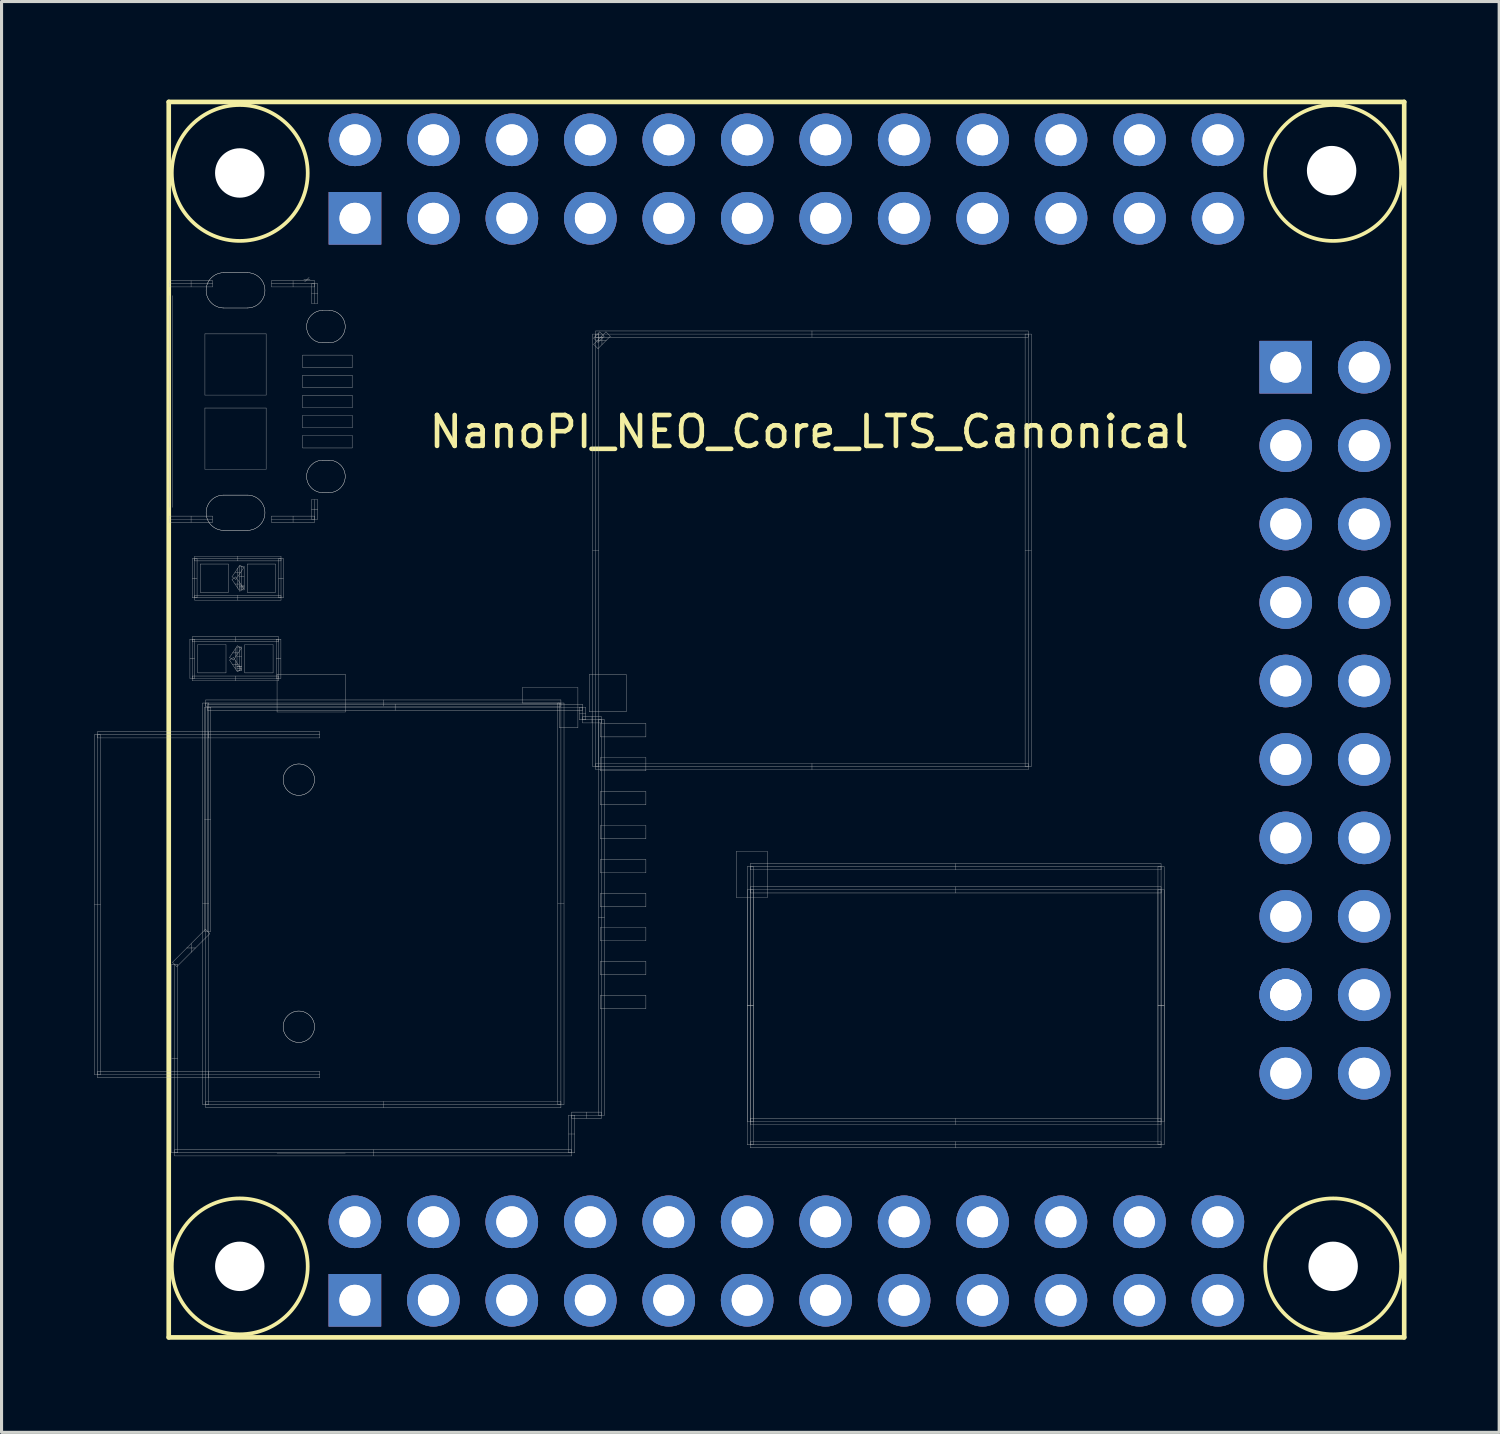
<source format=kicad_pcb>
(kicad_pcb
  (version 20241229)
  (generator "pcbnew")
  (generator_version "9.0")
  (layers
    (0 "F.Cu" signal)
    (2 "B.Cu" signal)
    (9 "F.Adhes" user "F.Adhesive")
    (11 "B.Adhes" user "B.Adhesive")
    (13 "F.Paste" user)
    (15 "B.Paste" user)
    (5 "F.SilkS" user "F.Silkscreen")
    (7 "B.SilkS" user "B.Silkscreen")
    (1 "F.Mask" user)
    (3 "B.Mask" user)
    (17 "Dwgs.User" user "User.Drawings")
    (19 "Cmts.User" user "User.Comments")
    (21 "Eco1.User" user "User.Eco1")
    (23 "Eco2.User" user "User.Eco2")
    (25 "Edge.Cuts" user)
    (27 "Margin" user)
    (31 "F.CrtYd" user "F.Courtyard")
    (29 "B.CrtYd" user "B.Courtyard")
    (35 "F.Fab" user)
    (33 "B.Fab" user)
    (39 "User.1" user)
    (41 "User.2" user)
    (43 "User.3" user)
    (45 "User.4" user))
  (footprint "NanoPI_NEO_Core_LTS_Canonical"
    (layer "F.Cu")
    (at 2.413 0.25)
    (property "Reference" "NanoPI_NEO_Core_LTS_Canonical" (at 20.734 10.681 0) (layer "F.SilkS") (effects (font (size 1 1) (thickness 0.15))))
    (attr through_hole)
    (fp_line (start 0 0) (end 40 0) (stroke (width 0.15) (type solid)) (layer "F.SilkS"))
    (fp_line (start 0 40) (end 0 0) (stroke (width 0.15) (type solid)) (layer "F.SilkS"))
    (fp_line (start 40 0) (end 40 40) (stroke (width 0.15) (type solid)) (layer "F.SilkS"))
    (fp_line (start 40 40) (end 0 40) (stroke (width 0.15) (type solid)) (layer "F.SilkS"))
    (fp_circle (center 2.3 2.3) (end 2.3 0.1) (stroke (width 0.12) (type solid)) (fill no) (layer "F.SilkS"))
    (fp_circle (center 2.3 37.7) (end 2.3 35.5) (stroke (width 0.12) (type solid)) (fill no) (layer "F.SilkS"))
    (fp_circle (center 37.7 2.3) (end 37.7 0.1) (stroke (width 0.12) (type solid)) (fill no) (layer "F.SilkS"))
    (fp_circle (center 37.7 37.7) (end 37.7 35.5) (stroke (width 0.12) (type solid)) (fill no) (layer "F.SilkS"))
    (fp_line (start -2.408 20.492) (end -2.408 31.492) (stroke (width 0.01) (type solid)) (layer "Dwgs.User"))
    (fp_line (start -2.408 31.492) (end -2.208 31.492) (stroke (width 0.01) (type solid)) (layer "Dwgs.User"))
    (fp_line (start -2.308 20.392) (end -2.308 20.592) (stroke (width 0.01) (type solid)) (layer "Dwgs.User"))
    (fp_line (start -2.308 20.592) (end 4.892 20.592) (stroke (width 0.01) (type solid)) (layer "Dwgs.User"))
    (fp_line (start -2.308 31.392) (end -2.308 31.592) (stroke (width 0.01) (type solid)) (layer "Dwgs.User"))
    (fp_line (start -2.308 31.492) (end -2.308 20.492) (stroke (width 0.01) (type solid)) (layer "Dwgs.User"))
    (fp_line (start -2.308 31.592) (end 4.892 31.592) (stroke (width 0.01) (type solid)) (layer "Dwgs.User"))
    (fp_line (start -2.208 20.492) (end -2.408 20.492) (stroke (width 0.01) (type solid)) (layer "Dwgs.User"))
    (fp_line (start -2.208 25.992) (end -2.408 25.992) (stroke (width 0.01) (type solid)) (layer "Dwgs.User"))
    (fp_line (start -2.208 31.492) (end -2.208 20.492) (stroke (width 0.01) (type solid)) (layer "Dwgs.User"))
    (fp_line (start 0.024 5.79) (end 1.421 5.79) (stroke (width 0.01) (type solid)) (layer "Dwgs.User"))
    (fp_line (start 0.024 5.99) (end 0.024 5.79) (stroke (width 0.01) (type solid)) (layer "Dwgs.User"))
    (fp_line (start 0.024 6.271) (end 0.024 13.129) (stroke (width 0.01) (type solid)) (layer "Dwgs.User"))
    (fp_line (start 0.024 13.41) (end 1.421 13.41) (stroke (width 0.01) (type solid)) (layer "Dwgs.User"))
    (fp_line (start 0.024 13.61) (end 0.024 13.41) (stroke (width 0.01) (type solid)) (layer "Dwgs.User"))
    (fp_line (start 0.092 27.925) (end 0.292 27.925) (stroke (width 0.01) (type solid)) (layer "Dwgs.User"))
    (fp_line (start 0.092 30.975) (end 0.292 30.975) (stroke (width 0.01) (type solid)) (layer "Dwgs.User"))
    (fp_line (start 0.092 34.025) (end 0.092 27.925) (stroke (width 0.01) (type solid)) (layer "Dwgs.User"))
    (fp_line (start 0.122 27.855) (end 1.188 26.788) (stroke (width 0.01) (type solid)) (layer "Dwgs.User"))
    (fp_line (start 0.124 6.271) (end 0.124 13.129) (stroke (width 0.01) (type solid)) (layer "Dwgs.User"))
    (fp_line (start 0.192 33.925) (end 13.045 33.925) (stroke (width 0.01) (type solid)) (layer "Dwgs.User"))
    (fp_line (start 0.192 34.025) (end 0.192 27.925) (stroke (width 0.01) (type solid)) (layer "Dwgs.User"))
    (fp_line (start 0.192 34.025) (end 13.045 34.025) (stroke (width 0.01) (type solid)) (layer "Dwgs.User"))
    (fp_line (start 0.192 34.125) (end 0.192 33.925) (stroke (width 0.01) (type solid)) (layer "Dwgs.User"))
    (fp_line (start 0.263 27.996) (end 0.122 27.855) (stroke (width 0.01) (type solid)) (layer "Dwgs.User"))
    (fp_line (start 0.292 27.925) (end 0.292 34.025) (stroke (width 0.01) (type solid)) (layer "Dwgs.User"))
    (fp_line (start 0.292 34.025) (end 0.092 34.025) (stroke (width 0.01) (type solid)) (layer "Dwgs.User"))
    (fp_line (start 0.584 27.392) (end 0.867 27.392) (stroke (width 0.01) (type solid)) (layer "Dwgs.User"))
    (fp_line (start 0.686 17.394) (end 0.686 18.664) (stroke (width 0.01) (type solid)) (layer "Dwgs.User"))
    (fp_line (start 0.686 18.664) (end 0.838 18.664) (stroke (width 0.01) (type solid)) (layer "Dwgs.User"))
    (fp_line (start 0.723 5.79) (end 0.723 5.99) (stroke (width 0.01) (type solid)) (layer "Dwgs.User"))
    (fp_line (start 0.723 13.41) (end 0.723 13.61) (stroke (width 0.01) (type solid)) (layer "Dwgs.User"))
    (fp_line (start 0.726 27.533) (end 0.726 27.25) (stroke (width 0.01) (type solid)) (layer "Dwgs.User"))
    (fp_line (start 0.762 17.318) (end 0.762 17.47) (stroke (width 0.01) (type solid)) (layer "Dwgs.User"))
    (fp_line (start 0.762 17.47) (end 3.556 17.47) (stroke (width 0.01) (type solid)) (layer "Dwgs.User"))
    (fp_line (start 0.762 18.588) (end 0.762 18.74) (stroke (width 0.01) (type solid)) (layer "Dwgs.User"))
    (fp_line (start 0.762 18.664) (end 0.762 17.394) (stroke (width 0.01) (type solid)) (layer "Dwgs.User"))
    (fp_line (start 0.762 18.74) (end 3.556 18.74) (stroke (width 0.01) (type solid)) (layer "Dwgs.User"))
    (fp_line (start 0.765 14.784) (end 0.765 16.054) (stroke (width 0.01) (type solid)) (layer "Dwgs.User"))
    (fp_line (start 0.765 16.054) (end 0.917 16.054) (stroke (width 0.01) (type solid)) (layer "Dwgs.User"))
    (fp_line (start 0.838 17.394) (end 0.686 17.394) (stroke (width 0.01) (type solid)) (layer "Dwgs.User"))
    (fp_line (start 0.838 18.029) (end 0.686 18.029) (stroke (width 0.01) (type solid)) (layer "Dwgs.User"))
    (fp_line (start 0.838 18.664) (end 0.838 17.394) (stroke (width 0.01) (type solid)) (layer "Dwgs.User"))
    (fp_line (start 0.841 14.708) (end 0.841 14.86) (stroke (width 0.01) (type solid)) (layer "Dwgs.User"))
    (fp_line (start 0.841 14.86) (end 3.635 14.86) (stroke (width 0.01) (type solid)) (layer "Dwgs.User"))
    (fp_line (start 0.841 15.978) (end 0.841 16.13) (stroke (width 0.01) (type solid)) (layer "Dwgs.User"))
    (fp_line (start 0.841 16.054) (end 0.841 14.784) (stroke (width 0.01) (type solid)) (layer "Dwgs.User"))
    (fp_line (start 0.841 16.13) (end 3.635 16.13) (stroke (width 0.01) (type solid)) (layer "Dwgs.User"))
    (fp_line (start 0.917 14.784) (end 0.765 14.784) (stroke (width 0.01) (type solid)) (layer "Dwgs.User"))
    (fp_line (start 0.917 15.419) (end 0.765 15.419) (stroke (width 0.01) (type solid)) (layer "Dwgs.User"))
    (fp_line (start 0.917 16.054) (end 0.917 14.784) (stroke (width 0.01) (type solid)) (layer "Dwgs.User"))
    (fp_line (start 0.94 17.572) (end 1.854 17.572) (stroke (width 0.01) (type solid)) (layer "Dwgs.User"))
    (fp_line (start 0.94 18.486) (end 0.94 17.572) (stroke (width 0.01) (type solid)) (layer "Dwgs.User"))
    (fp_line (start 1.019 14.962) (end 1.933 14.962) (stroke (width 0.01) (type solid)) (layer "Dwgs.User"))
    (fp_line (start 1.019 15.876) (end 1.019 14.962) (stroke (width 0.01) (type solid)) (layer "Dwgs.User"))
    (fp_line (start 1.098 19.462) (end 1.098 32.462) (stroke (width 0.01) (type solid)) (layer "Dwgs.User"))
    (fp_line (start 1.098 32.462) (end 1.298 32.462) (stroke (width 0.01) (type solid)) (layer "Dwgs.User"))
    (fp_line (start 1.159 19.599) (end 1.359 19.599) (stroke (width 0.01) (type solid)) (layer "Dwgs.User"))
    (fp_line (start 1.159 23.229) (end 1.359 23.229) (stroke (width 0.01) (type solid)) (layer "Dwgs.User"))
    (fp_line (start 1.159 26.858) (end 1.159 19.599) (stroke (width 0.01) (type solid)) (layer "Dwgs.User"))
    (fp_line (start 1.172 7.51) (end 3.153 7.51) (stroke (width 0.01) (type solid)) (layer "Dwgs.User"))
    (fp_line (start 1.172 9.491) (end 1.172 7.51) (stroke (width 0.01) (type solid)) (layer "Dwgs.User"))
    (fp_line (start 1.172 9.91) (end 3.153 9.91) (stroke (width 0.01) (type solid)) (layer "Dwgs.User"))
    (fp_line (start 1.172 11.891) (end 1.172 9.91) (stroke (width 0.01) (type solid)) (layer "Dwgs.User"))
    (fp_line (start 1.188 26.788) (end 1.33 26.929) (stroke (width 0.01) (type solid)) (layer "Dwgs.User"))
    (fp_line (start 1.198 19.362) (end 1.198 19.562) (stroke (width 0.01) (type solid)) (layer "Dwgs.User"))
    (fp_line (start 1.198 19.562) (end 12.698 19.562) (stroke (width 0.01) (type solid)) (layer "Dwgs.User"))
    (fp_line (start 1.198 32.362) (end 1.198 32.562) (stroke (width 0.01) (type solid)) (layer "Dwgs.User"))
    (fp_line (start 1.198 32.462) (end 1.198 19.462) (stroke (width 0.01) (type solid)) (layer "Dwgs.User"))
    (fp_line (start 1.198 32.562) (end 12.698 32.562) (stroke (width 0.01) (type solid)) (layer "Dwgs.User"))
    (fp_line (start 1.259 19.499) (end 13.4 19.499) (stroke (width 0.01) (type solid)) (layer "Dwgs.User"))
    (fp_line (start 1.259 19.599) (end 13.4 19.599) (stroke (width 0.01) (type solid)) (layer "Dwgs.User"))
    (fp_line (start 1.259 19.699) (end 1.259 19.499) (stroke (width 0.01) (type solid)) (layer "Dwgs.User"))
    (fp_line (start 1.259 26.858) (end 1.259 19.599) (stroke (width 0.01) (type solid)) (layer "Dwgs.User"))
    (fp_line (start 1.292 20.592) (end 1.292 20.392) (stroke (width 0.01) (type solid)) (layer "Dwgs.User"))
    (fp_line (start 1.292 31.592) (end 1.292 31.392) (stroke (width 0.01) (type solid)) (layer "Dwgs.User"))
    (fp_line (start 1.298 19.462) (end 1.098 19.462) (stroke (width 0.01) (type solid)) (layer "Dwgs.User"))
    (fp_line (start 1.298 25.962) (end 1.098 25.962) (stroke (width 0.01) (type solid)) (layer "Dwgs.User"))
    (fp_line (start 1.298 32.462) (end 1.298 19.462) (stroke (width 0.01) (type solid)) (layer "Dwgs.User"))
    (fp_line (start 1.33 26.929) (end 0.263 27.996) (stroke (width 0.01) (type solid)) (layer "Dwgs.User"))
    (fp_line (start 1.359 19.599) (end 1.359 26.858) (stroke (width 0.01) (type solid)) (layer "Dwgs.User"))
    (fp_line (start 1.359 26.858) (end 1.159 26.858) (stroke (width 0.01) (type solid)) (layer "Dwgs.User"))
    (fp_line (start 1.421 5.79) (end 1.421 5.99) (stroke (width 0.01) (type solid)) (layer "Dwgs.User"))
    (fp_line (start 1.421 5.89) (end 0.024 5.89) (stroke (width 0.01) (type solid)) (layer "Dwgs.User"))
    (fp_line (start 1.421 5.99) (end 0.024 5.99) (stroke (width 0.01) (type solid)) (layer "Dwgs.User"))
    (fp_line (start 1.421 13.41) (end 1.421 13.61) (stroke (width 0.01) (type solid)) (layer "Dwgs.User"))
    (fp_line (start 1.421 13.51) (end 0.024 13.51) (stroke (width 0.01) (type solid)) (layer "Dwgs.User"))
    (fp_line (start 1.421 13.61) (end 0.024 13.61) (stroke (width 0.01) (type solid)) (layer "Dwgs.User"))
    (fp_line (start 1.782 5.529) (end 2.544 5.529) (stroke (width 0.01) (type solid)) (layer "Dwgs.User"))
    (fp_line (start 1.782 5.529) (end 2.544 5.529) (stroke (width 0.01) (type solid)) (layer "Dwgs.User"))
    (fp_line (start 1.782 12.729) (end 2.544 12.729) (stroke (width 0.01) (type solid)) (layer "Dwgs.User"))
    (fp_line (start 1.782 12.729) (end 2.544 12.729) (stroke (width 0.01) (type solid)) (layer "Dwgs.User"))
    (fp_line (start 1.854 17.572) (end 1.854 18.486) (stroke (width 0.01) (type solid)) (layer "Dwgs.User"))
    (fp_line (start 1.854 18.486) (end 0.94 18.486) (stroke (width 0.01) (type solid)) (layer "Dwgs.User"))
    (fp_line (start 1.933 14.962) (end 1.933 15.876) (stroke (width 0.01) (type solid)) (layer "Dwgs.User"))
    (fp_line (start 1.933 15.876) (end 1.019 15.876) (stroke (width 0.01) (type solid)) (layer "Dwgs.User"))
    (fp_line (start 1.969 17.987) (end 2.223 17.606) (stroke (width 0.01) (type solid)) (layer "Dwgs.User"))
    (fp_line (start 1.969 18.071) (end 2.095 17.987) (stroke (width 0.01) (type solid)) (layer "Dwgs.User"))
    (fp_line (start 2.048 15.377) (end 2.302 14.996) (stroke (width 0.01) (type solid)) (layer "Dwgs.User"))
    (fp_line (start 2.048 15.461) (end 2.174 15.377) (stroke (width 0.01) (type solid)) (layer "Dwgs.User"))
    (fp_line (start 2.095 17.987) (end 2.349 18.368) (stroke (width 0.01) (type solid)) (layer "Dwgs.User"))
    (fp_line (start 2.095 18.071) (end 1.969 17.987) (stroke (width 0.01) (type solid)) (layer "Dwgs.User"))
    (fp_line (start 2.159 17.47) (end 2.159 17.318) (stroke (width 0.01) (type solid)) (layer "Dwgs.User"))
    (fp_line (start 2.159 17.976) (end 2.159 17.701) (stroke (width 0.01) (type solid)) (layer "Dwgs.User"))
    (fp_line (start 2.159 18.357) (end 2.159 18.082) (stroke (width 0.01) (type solid)) (layer "Dwgs.User"))
    (fp_line (start 2.159 18.74) (end 2.159 18.588) (stroke (width 0.01) (type solid)) (layer "Dwgs.User"))
    (fp_line (start 2.174 15.377) (end 2.428 15.758) (stroke (width 0.01) (type solid)) (layer "Dwgs.User"))
    (fp_line (start 2.174 15.461) (end 2.048 15.377) (stroke (width 0.01) (type solid)) (layer "Dwgs.User"))
    (fp_line (start 2.21 17.648) (end 2.362 17.648) (stroke (width 0.01) (type solid)) (layer "Dwgs.User"))
    (fp_line (start 2.21 18.283) (end 2.21 17.648) (stroke (width 0.01) (type solid)) (layer "Dwgs.User"))
    (fp_line (start 2.21 18.283) (end 2.362 18.283) (stroke (width 0.01) (type solid)) (layer "Dwgs.User"))
    (fp_line (start 2.21 18.41) (end 2.21 18.283) (stroke (width 0.01) (type solid)) (layer "Dwgs.User"))
    (fp_line (start 2.223 17.606) (end 2.349 17.69) (stroke (width 0.01) (type solid)) (layer "Dwgs.User"))
    (fp_line (start 2.223 18.452) (end 1.969 18.071) (stroke (width 0.01) (type solid)) (layer "Dwgs.User"))
    (fp_line (start 2.238 14.86) (end 2.238 14.708) (stroke (width 0.01) (type solid)) (layer "Dwgs.User"))
    (fp_line (start 2.238 15.366) (end 2.238 15.091) (stroke (width 0.01) (type solid)) (layer "Dwgs.User"))
    (fp_line (start 2.238 15.747) (end 2.238 15.472) (stroke (width 0.01) (type solid)) (layer "Dwgs.User"))
    (fp_line (start 2.238 16.13) (end 2.238 15.978) (stroke (width 0.01) (type solid)) (layer "Dwgs.User"))
    (fp_line (start 2.251 17.838) (end 2.067 17.838) (stroke (width 0.01) (type solid)) (layer "Dwgs.User"))
    (fp_line (start 2.251 18.22) (end 2.067 18.22) (stroke (width 0.01) (type solid)) (layer "Dwgs.User"))
    (fp_line (start 2.286 18.283) (end 2.286 17.648) (stroke (width 0.01) (type solid)) (layer "Dwgs.User"))
    (fp_line (start 2.286 18.41) (end 2.286 18.283) (stroke (width 0.01) (type solid)) (layer "Dwgs.User"))
    (fp_line (start 2.289 15.038) (end 2.441 15.038) (stroke (width 0.01) (type solid)) (layer "Dwgs.User"))
    (fp_line (start 2.289 15.673) (end 2.289 15.038) (stroke (width 0.01) (type solid)) (layer "Dwgs.User"))
    (fp_line (start 2.289 15.673) (end 2.441 15.673) (stroke (width 0.01) (type solid)) (layer "Dwgs.User"))
    (fp_line (start 2.289 15.8) (end 2.289 15.673) (stroke (width 0.01) (type solid)) (layer "Dwgs.User"))
    (fp_line (start 2.302 14.996) (end 2.428 15.08) (stroke (width 0.01) (type solid)) (layer "Dwgs.User"))
    (fp_line (start 2.302 15.842) (end 2.048 15.461) (stroke (width 0.01) (type solid)) (layer "Dwgs.User"))
    (fp_line (start 2.33 15.228) (end 2.146 15.228) (stroke (width 0.01) (type solid)) (layer "Dwgs.User"))
    (fp_line (start 2.33 15.609) (end 2.146 15.609) (stroke (width 0.01) (type solid)) (layer "Dwgs.User"))
    (fp_line (start 2.349 17.69) (end 2.095 18.071) (stroke (width 0.01) (type solid)) (layer "Dwgs.User"))
    (fp_line (start 2.349 18.368) (end 2.223 18.452) (stroke (width 0.01) (type solid)) (layer "Dwgs.User"))
    (fp_line (start 2.362 17.648) (end 2.362 18.283) (stroke (width 0.01) (type solid)) (layer "Dwgs.User"))
    (fp_line (start 2.362 17.965) (end 2.21 17.965) (stroke (width 0.01) (type solid)) (layer "Dwgs.User"))
    (fp_line (start 2.362 18.283) (end 2.21 18.283) (stroke (width 0.01) (type solid)) (layer "Dwgs.User"))
    (fp_line (start 2.362 18.283) (end 2.362 18.41) (stroke (width 0.01) (type solid)) (layer "Dwgs.User"))
    (fp_line (start 2.362 18.346) (end 2.21 18.346) (stroke (width 0.01) (type solid)) (layer "Dwgs.User"))
    (fp_line (start 2.362 18.41) (end 2.21 18.41) (stroke (width 0.01) (type solid)) (layer "Dwgs.User"))
    (fp_line (start 2.365 15.673) (end 2.365 15.038) (stroke (width 0.01) (type solid)) (layer "Dwgs.User"))
    (fp_line (start 2.365 15.8) (end 2.365 15.673) (stroke (width 0.01) (type solid)) (layer "Dwgs.User"))
    (fp_line (start 2.428 15.08) (end 2.174 15.461) (stroke (width 0.01) (type solid)) (layer "Dwgs.User"))
    (fp_line (start 2.428 15.758) (end 2.302 15.842) (stroke (width 0.01) (type solid)) (layer "Dwgs.User"))
    (fp_line (start 2.441 15.038) (end 2.441 15.673) (stroke (width 0.01) (type solid)) (layer "Dwgs.User"))
    (fp_line (start 2.441 15.355) (end 2.289 15.355) (stroke (width 0.01) (type solid)) (layer "Dwgs.User"))
    (fp_line (start 2.441 15.673) (end 2.289 15.673) (stroke (width 0.01) (type solid)) (layer "Dwgs.User"))
    (fp_line (start 2.441 15.673) (end 2.441 15.8) (stroke (width 0.01) (type solid)) (layer "Dwgs.User"))
    (fp_line (start 2.441 15.736) (end 2.289 15.736) (stroke (width 0.01) (type solid)) (layer "Dwgs.User"))
    (fp_line (start 2.441 15.8) (end 2.289 15.8) (stroke (width 0.01) (type solid)) (layer "Dwgs.User"))
    (fp_line (start 2.464 17.572) (end 3.378 17.572) (stroke (width 0.01) (type solid)) (layer "Dwgs.User"))
    (fp_line (start 2.464 18.486) (end 2.464 17.572) (stroke (width 0.01) (type solid)) (layer "Dwgs.User"))
    (fp_line (start 2.543 14.962) (end 3.457 14.962) (stroke (width 0.01) (type solid)) (layer "Dwgs.User"))
    (fp_line (start 2.543 15.876) (end 2.543 14.962) (stroke (width 0.01) (type solid)) (layer "Dwgs.User"))
    (fp_line (start 2.544 6.672) (end 1.782 6.672) (stroke (width 0.01) (type solid)) (layer "Dwgs.User"))
    (fp_line (start 2.544 6.672) (end 1.782 6.672) (stroke (width 0.01) (type solid)) (layer "Dwgs.User"))
    (fp_line (start 2.544 13.872) (end 1.782 13.872) (stroke (width 0.01) (type solid)) (layer "Dwgs.User"))
    (fp_line (start 2.544 13.872) (end 1.782 13.872) (stroke (width 0.01) (type solid)) (layer "Dwgs.User"))
    (fp_line (start 3.153 7.51) (end 3.153 9.491) (stroke (width 0.01) (type solid)) (layer "Dwgs.User"))
    (fp_line (start 3.153 9.491) (end 1.172 9.491) (stroke (width 0.01) (type solid)) (layer "Dwgs.User"))
    (fp_line (start 3.153 9.91) (end 3.153 11.891) (stroke (width 0.01) (type solid)) (layer "Dwgs.User"))
    (fp_line (start 3.153 11.891) (end 1.172 11.891) (stroke (width 0.01) (type solid)) (layer "Dwgs.User"))
    (fp_line (start 3.327 5.79) (end 4.724 5.79) (stroke (width 0.01) (type solid)) (layer "Dwgs.User"))
    (fp_line (start 3.327 5.99) (end 3.327 5.79) (stroke (width 0.01) (type solid)) (layer "Dwgs.User"))
    (fp_line (start 3.327 13.41) (end 4.724 13.41) (stroke (width 0.01) (type solid)) (layer "Dwgs.User"))
    (fp_line (start 3.327 13.51) (end 4.724 13.51) (stroke (width 0.01) (type solid)) (layer "Dwgs.User"))
    (fp_line (start 3.327 13.61) (end 3.327 13.41) (stroke (width 0.01) (type solid)) (layer "Dwgs.User"))
    (fp_line (start 3.378 17.572) (end 3.378 18.486) (stroke (width 0.01) (type solid)) (layer "Dwgs.User"))
    (fp_line (start 3.378 18.486) (end 2.464 18.486) (stroke (width 0.01) (type solid)) (layer "Dwgs.User"))
    (fp_line (start 3.457 14.962) (end 3.457 15.876) (stroke (width 0.01) (type solid)) (layer "Dwgs.User"))
    (fp_line (start 3.457 15.876) (end 2.543 15.876) (stroke (width 0.01) (type solid)) (layer "Dwgs.User"))
    (fp_line (start 3.48 17.394) (end 3.48 18.664) (stroke (width 0.01) (type solid)) (layer "Dwgs.User"))
    (fp_line (start 3.48 18.664) (end 3.632 18.664) (stroke (width 0.01) (type solid)) (layer "Dwgs.User"))
    (fp_line (start 3.507 18.532) (end 5.717 18.532) (stroke (width 0.01) (type solid)) (layer "Dwgs.User"))
    (fp_line (start 3.507 19.752) (end 3.507 18.532) (stroke (width 0.01) (type solid)) (layer "Dwgs.User"))
    (fp_line (start 3.507 34.032) (end 5.717 34.032) (stroke (width 0.01) (type solid)) (layer "Dwgs.User"))
    (fp_line (start 3.556 17.318) (end 0.762 17.318) (stroke (width 0.01) (type solid)) (layer "Dwgs.User"))
    (fp_line (start 3.556 17.394) (end 0.762 17.394) (stroke (width 0.01) (type solid)) (layer "Dwgs.User"))
    (fp_line (start 3.556 17.47) (end 3.556 17.318) (stroke (width 0.01) (type solid)) (layer "Dwgs.User"))
    (fp_line (start 3.556 18.588) (end 0.762 18.588) (stroke (width 0.01) (type solid)) (layer "Dwgs.User"))
    (fp_line (start 3.556 18.664) (end 0.762 18.664) (stroke (width 0.01) (type solid)) (layer "Dwgs.User"))
    (fp_line (start 3.556 18.664) (end 3.556 17.394) (stroke (width 0.01) (type solid)) (layer "Dwgs.User"))
    (fp_line (start 3.556 18.74) (end 3.556 18.588) (stroke (width 0.01) (type solid)) (layer "Dwgs.User"))
    (fp_line (start 3.559 14.784) (end 3.559 16.054) (stroke (width 0.01) (type solid)) (layer "Dwgs.User"))
    (fp_line (start 3.559 16.054) (end 3.711 16.054) (stroke (width 0.01) (type solid)) (layer "Dwgs.User"))
    (fp_line (start 3.632 17.394) (end 3.48 17.394) (stroke (width 0.01) (type solid)) (layer "Dwgs.User"))
    (fp_line (start 3.632 18.029) (end 3.48 18.029) (stroke (width 0.01) (type solid)) (layer "Dwgs.User"))
    (fp_line (start 3.632 18.664) (end 3.632 17.394) (stroke (width 0.01) (type solid)) (layer "Dwgs.User"))
    (fp_line (start 3.635 14.708) (end 0.841 14.708) (stroke (width 0.01) (type solid)) (layer "Dwgs.User"))
    (fp_line (start 3.635 14.784) (end 0.841 14.784) (stroke (width 0.01) (type solid)) (layer "Dwgs.User"))
    (fp_line (start 3.635 14.86) (end 3.635 14.708) (stroke (width 0.01) (type solid)) (layer "Dwgs.User"))
    (fp_line (start 3.635 15.978) (end 0.841 15.978) (stroke (width 0.01) (type solid)) (layer "Dwgs.User"))
    (fp_line (start 3.635 16.054) (end 0.841 16.054) (stroke (width 0.01) (type solid)) (layer "Dwgs.User"))
    (fp_line (start 3.635 16.054) (end 3.635 14.784) (stroke (width 0.01) (type solid)) (layer "Dwgs.User"))
    (fp_line (start 3.635 16.13) (end 3.635 15.978) (stroke (width 0.01) (type solid)) (layer "Dwgs.User"))
    (fp_line (start 3.711 14.784) (end 3.559 14.784) (stroke (width 0.01) (type solid)) (layer "Dwgs.User"))
    (fp_line (start 3.711 15.419) (end 3.559 15.419) (stroke (width 0.01) (type solid)) (layer "Dwgs.User"))
    (fp_line (start 3.711 16.054) (end 3.711 14.784) (stroke (width 0.01) (type solid)) (layer "Dwgs.User"))
    (fp_line (start 4.025 5.99) (end 4.025 5.79) (stroke (width 0.01) (type solid)) (layer "Dwgs.User"))
    (fp_line (start 4.025 13.61) (end 4.025 13.41) (stroke (width 0.01) (type solid)) (layer "Dwgs.User"))
    (fp_line (start 4.338 8.197) (end 5.938 8.197) (stroke (width 0.01) (type solid)) (layer "Dwgs.User"))
    (fp_line (start 4.338 8.603) (end 4.338 8.197) (stroke (width 0.01) (type solid)) (layer "Dwgs.User"))
    (fp_line (start 4.338 8.847) (end 5.938 8.847) (stroke (width 0.01) (type solid)) (layer "Dwgs.User"))
    (fp_line (start 4.338 9.253) (end 4.338 8.847) (stroke (width 0.01) (type solid)) (layer "Dwgs.User"))
    (fp_line (start 4.338 9.497) (end 5.938 9.497) (stroke (width 0.01) (type solid)) (layer "Dwgs.User"))
    (fp_line (start 4.338 9.903) (end 4.338 9.497) (stroke (width 0.01) (type solid)) (layer "Dwgs.User"))
    (fp_line (start 4.338 10.147) (end 5.938 10.147) (stroke (width 0.01) (type solid)) (layer "Dwgs.User"))
    (fp_line (start 4.338 10.553) (end 4.338 10.147) (stroke (width 0.01) (type solid)) (layer "Dwgs.User"))
    (fp_line (start 4.338 10.797) (end 5.938 10.797) (stroke (width 0.01) (type solid)) (layer "Dwgs.User"))
    (fp_line (start 4.338 11.203) (end 4.338 10.797) (stroke (width 0.01) (type solid)) (layer "Dwgs.User"))
    (fp_line (start 4.545 5.682) (end 4.401 5.826) (stroke (width 0.01) (type solid)) (layer "Dwgs.User"))
    (fp_line (start 4.575 5.754) (end 4.372 5.754) (stroke (width 0.01) (type solid)) (layer "Dwgs.User"))
    (fp_line (start 4.624 5.89) (end 4.824 5.89) (stroke (width 0.01) (type solid)) (layer "Dwgs.User"))
    (fp_line (start 4.624 6.525) (end 4.624 5.89) (stroke (width 0.01) (type solid)) (layer "Dwgs.User"))
    (fp_line (start 4.624 12.875) (end 4.824 12.875) (stroke (width 0.01) (type solid)) (layer "Dwgs.User"))
    (fp_line (start 4.624 13.193) (end 4.824 13.193) (stroke (width 0.01) (type solid)) (layer "Dwgs.User"))
    (fp_line (start 4.624 13.51) (end 4.624 12.875) (stroke (width 0.01) (type solid)) (layer "Dwgs.User"))
    (fp_line (start 4.724 5.79) (end 4.724 5.99) (stroke (width 0.01) (type solid)) (layer "Dwgs.User"))
    (fp_line (start 4.724 5.89) (end 3.327 5.89) (stroke (width 0.01) (type solid)) (layer "Dwgs.User"))
    (fp_line (start 4.724 5.99) (end 3.327 5.99) (stroke (width 0.01) (type solid)) (layer "Dwgs.User"))
    (fp_line (start 4.724 6.525) (end 4.724 5.89) (stroke (width 0.01) (type solid)) (layer "Dwgs.User"))
    (fp_line (start 4.724 13.41) (end 4.724 13.61) (stroke (width 0.01) (type solid)) (layer "Dwgs.User"))
    (fp_line (start 4.724 13.51) (end 4.724 12.875) (stroke (width 0.01) (type solid)) (layer "Dwgs.User"))
    (fp_line (start 4.724 13.61) (end 3.327 13.61) (stroke (width 0.01) (type solid)) (layer "Dwgs.User"))
    (fp_line (start 4.824 5.89) (end 4.824 6.525) (stroke (width 0.01) (type solid)) (layer "Dwgs.User"))
    (fp_line (start 4.824 6.208) (end 4.624 6.208) (stroke (width 0.01) (type solid)) (layer "Dwgs.User"))
    (fp_line (start 4.824 6.525) (end 4.624 6.525) (stroke (width 0.01) (type solid)) (layer "Dwgs.User"))
    (fp_line (start 4.824 12.875) (end 4.824 13.51) (stroke (width 0.01) (type solid)) (layer "Dwgs.User"))
    (fp_line (start 4.824 13.51) (end 4.624 13.51) (stroke (width 0.01) (type solid)) (layer "Dwgs.User"))
    (fp_line (start 4.892 20.392) (end -2.308 20.392) (stroke (width 0.01) (type solid)) (layer "Dwgs.User"))
    (fp_line (start 4.892 20.492) (end -2.308 20.492) (stroke (width 0.01) (type solid)) (layer "Dwgs.User"))
    (fp_line (start 4.892 20.592) (end 4.892 20.392) (stroke (width 0.01) (type solid)) (layer "Dwgs.User"))
    (fp_line (start 4.892 31.392) (end -2.308 31.392) (stroke (width 0.01) (type solid)) (layer "Dwgs.User"))
    (fp_line (start 4.892 31.492) (end -2.308 31.492) (stroke (width 0.01) (type solid)) (layer "Dwgs.User"))
    (fp_line (start 4.892 31.592) (end 4.892 31.392) (stroke (width 0.01) (type solid)) (layer "Dwgs.User"))
    (fp_line (start 4.989 6.75) (end 5.189 6.75) (stroke (width 0.01) (type solid)) (layer "Dwgs.User"))
    (fp_line (start 4.989 6.75) (end 5.189 6.75) (stroke (width 0.01) (type solid)) (layer "Dwgs.User"))
    (fp_line (start 4.989 11.6) (end 5.189 11.6) (stroke (width 0.01) (type solid)) (layer "Dwgs.User"))
    (fp_line (start 4.989 11.6) (end 5.189 11.6) (stroke (width 0.01) (type solid)) (layer "Dwgs.User"))
    (fp_line (start 5.189 7.8) (end 4.989 7.8) (stroke (width 0.01) (type solid)) (layer "Dwgs.User"))
    (fp_line (start 5.189 7.8) (end 4.989 7.8) (stroke (width 0.01) (type solid)) (layer "Dwgs.User"))
    (fp_line (start 5.189 12.65) (end 4.989 12.65) (stroke (width 0.01) (type solid)) (layer "Dwgs.User"))
    (fp_line (start 5.189 12.65) (end 4.989 12.65) (stroke (width 0.01) (type solid)) (layer "Dwgs.User"))
    (fp_line (start 5.717 18.532) (end 5.717 19.752) (stroke (width 0.01) (type solid)) (layer "Dwgs.User"))
    (fp_line (start 5.717 19.752) (end 3.507 19.752) (stroke (width 0.01) (type solid)) (layer "Dwgs.User"))
    (fp_line (start 5.938 8.197) (end 5.938 8.603) (stroke (width 0.01) (type solid)) (layer "Dwgs.User"))
    (fp_line (start 5.938 8.603) (end 4.338 8.603) (stroke (width 0.01) (type solid)) (layer "Dwgs.User"))
    (fp_line (start 5.938 8.847) (end 5.938 9.253) (stroke (width 0.01) (type solid)) (layer "Dwgs.User"))
    (fp_line (start 5.938 9.253) (end 4.338 9.253) (stroke (width 0.01) (type solid)) (layer "Dwgs.User"))
    (fp_line (start 5.938 9.497) (end 5.938 9.903) (stroke (width 0.01) (type solid)) (layer "Dwgs.User"))
    (fp_line (start 5.938 9.903) (end 4.338 9.903) (stroke (width 0.01) (type solid)) (layer "Dwgs.User"))
    (fp_line (start 5.938 10.147) (end 5.938 10.553) (stroke (width 0.01) (type solid)) (layer "Dwgs.User"))
    (fp_line (start 5.938 10.553) (end 4.338 10.553) (stroke (width 0.01) (type solid)) (layer "Dwgs.User"))
    (fp_line (start 5.938 10.797) (end 5.938 11.203) (stroke (width 0.01) (type solid)) (layer "Dwgs.User"))
    (fp_line (start 5.938 11.203) (end 4.338 11.203) (stroke (width 0.01) (type solid)) (layer "Dwgs.User"))
    (fp_line (start 6.619 34.125) (end 6.619 33.925) (stroke (width 0.01) (type solid)) (layer "Dwgs.User"))
    (fp_line (start 6.948 19.562) (end 6.948 19.362) (stroke (width 0.01) (type solid)) (layer "Dwgs.User"))
    (fp_line (start 6.948 32.562) (end 6.948 32.362) (stroke (width 0.01) (type solid)) (layer "Dwgs.User"))
    (fp_line (start 7.33 19.699) (end 7.33 19.499) (stroke (width 0.01) (type solid)) (layer "Dwgs.User"))
    (fp_line (start 11.448 18.962) (end 13.248 18.962) (stroke (width 0.01) (type solid)) (layer "Dwgs.User"))
    (fp_line (start 11.448 19.462) (end 11.448 18.962) (stroke (width 0.01) (type solid)) (layer "Dwgs.User"))
    (fp_line (start 12.598 19.462) (end 12.598 32.462) (stroke (width 0.01) (type solid)) (layer "Dwgs.User"))
    (fp_line (start 12.598 32.462) (end 12.798 32.462) (stroke (width 0.01) (type solid)) (layer "Dwgs.User"))
    (fp_line (start 12.648 19.462) (end 11.448 19.462) (stroke (width 0.01) (type solid)) (layer "Dwgs.User"))
    (fp_line (start 12.648 20.262) (end 12.648 19.462) (stroke (width 0.01) (type solid)) (layer "Dwgs.User"))
    (fp_line (start 12.698 19.362) (end 1.198 19.362) (stroke (width 0.01) (type solid)) (layer "Dwgs.User"))
    (fp_line (start 12.698 19.462) (end 1.198 19.462) (stroke (width 0.01) (type solid)) (layer "Dwgs.User"))
    (fp_line (start 12.698 19.562) (end 12.698 19.362) (stroke (width 0.01) (type solid)) (layer "Dwgs.User"))
    (fp_line (start 12.698 32.362) (end 1.198 32.362) (stroke (width 0.01) (type solid)) (layer "Dwgs.User"))
    (fp_line (start 12.698 32.462) (end 1.198 32.462) (stroke (width 0.01) (type solid)) (layer "Dwgs.User"))
    (fp_line (start 12.698 32.462) (end 12.698 19.462) (stroke (width 0.01) (type solid)) (layer "Dwgs.User"))
    (fp_line (start 12.698 32.562) (end 12.698 32.362) (stroke (width 0.01) (type solid)) (layer "Dwgs.User"))
    (fp_line (start 12.798 19.462) (end 12.598 19.462) (stroke (width 0.01) (type solid)) (layer "Dwgs.User"))
    (fp_line (start 12.798 25.962) (end 12.598 25.962) (stroke (width 0.01) (type solid)) (layer "Dwgs.User"))
    (fp_line (start 12.798 32.462) (end 12.798 19.462) (stroke (width 0.01) (type solid)) (layer "Dwgs.User"))
    (fp_line (start 12.945 32.806) (end 13.145 32.806) (stroke (width 0.01) (type solid)) (layer "Dwgs.User"))
    (fp_line (start 12.945 33.415) (end 13.145 33.415) (stroke (width 0.01) (type solid)) (layer "Dwgs.User"))
    (fp_line (start 12.945 34.025) (end 12.945 32.806) (stroke (width 0.01) (type solid)) (layer "Dwgs.User"))
    (fp_line (start 13.045 32.706) (end 14.01 32.706) (stroke (width 0.01) (type solid)) (layer "Dwgs.User"))
    (fp_line (start 13.045 32.806) (end 14.01 32.806) (stroke (width 0.01) (type solid)) (layer "Dwgs.User"))
    (fp_line (start 13.045 32.906) (end 13.045 32.706) (stroke (width 0.01) (type solid)) (layer "Dwgs.User"))
    (fp_line (start 13.045 33.925) (end 13.045 34.125) (stroke (width 0.01) (type solid)) (layer "Dwgs.User"))
    (fp_line (start 13.045 34.025) (end 13.045 32.806) (stroke (width 0.01) (type solid)) (layer "Dwgs.User"))
    (fp_line (start 13.045 34.125) (end 0.192 34.125) (stroke (width 0.01) (type solid)) (layer "Dwgs.User"))
    (fp_line (start 13.145 32.806) (end 13.145 34.025) (stroke (width 0.01) (type solid)) (layer "Dwgs.User"))
    (fp_line (start 13.145 34.025) (end 12.945 34.025) (stroke (width 0.01) (type solid)) (layer "Dwgs.User"))
    (fp_line (start 13.248 18.962) (end 13.248 20.262) (stroke (width 0.01) (type solid)) (layer "Dwgs.User"))
    (fp_line (start 13.248 20.262) (end 12.648 20.262) (stroke (width 0.01) (type solid)) (layer "Dwgs.User"))
    (fp_line (start 13.3 19.599) (end 13.5 19.599) (stroke (width 0.01) (type solid)) (layer "Dwgs.User"))
    (fp_line (start 13.3 19.802) (end 13.5 19.802) (stroke (width 0.01) (type solid)) (layer "Dwgs.User"))
    (fp_line (start 13.3 20.006) (end 13.3 19.599) (stroke (width 0.01) (type solid)) (layer "Dwgs.User"))
    (fp_line (start 13.4 19.499) (end 13.4 19.699) (stroke (width 0.01) (type solid)) (layer "Dwgs.User"))
    (fp_line (start 13.4 19.699) (end 1.259 19.699) (stroke (width 0.01) (type solid)) (layer "Dwgs.User"))
    (fp_line (start 13.4 19.906) (end 14.01 19.906) (stroke (width 0.01) (type solid)) (layer "Dwgs.User"))
    (fp_line (start 13.4 20.006) (end 13.4 19.599) (stroke (width 0.01) (type solid)) (layer "Dwgs.User"))
    (fp_line (start 13.4 20.006) (end 14.01 20.006) (stroke (width 0.01) (type solid)) (layer "Dwgs.User"))
    (fp_line (start 13.4 20.106) (end 13.4 19.906) (stroke (width 0.01) (type solid)) (layer "Dwgs.User"))
    (fp_line (start 13.5 19.599) (end 13.5 20.006) (stroke (width 0.01) (type solid)) (layer "Dwgs.User"))
    (fp_line (start 13.5 20.006) (end 13.3 20.006) (stroke (width 0.01) (type solid)) (layer "Dwgs.User"))
    (fp_line (start 13.527 32.906) (end 13.527 32.706) (stroke (width 0.01) (type solid)) (layer "Dwgs.User"))
    (fp_line (start 13.612 18.542) (end 14.812 18.542) (stroke (width 0.01) (type solid)) (layer "Dwgs.User"))
    (fp_line (start 13.612 19.742) (end 13.612 18.542) (stroke (width 0.01) (type solid)) (layer "Dwgs.User"))
    (fp_line (start 13.705 20.106) (end 13.705 19.906) (stroke (width 0.01) (type solid)) (layer "Dwgs.User"))
    (fp_line (start 13.725 7.516) (end 13.725 21.516) (stroke (width 0.01) (type solid)) (layer "Dwgs.User"))
    (fp_line (start 13.725 21.516) (end 13.926 21.516) (stroke (width 0.01) (type solid)) (layer "Dwgs.User"))
    (fp_line (start 13.755 7.846) (end 14.156 7.445) (stroke (width 0.01) (type solid)) (layer "Dwgs.User"))
    (fp_line (start 13.755 7.645) (end 13.955 7.445) (stroke (width 0.01) (type solid)) (layer "Dwgs.User"))
    (fp_line (start 13.784 7.616) (end 14.068 7.616) (stroke (width 0.01) (type solid)) (layer "Dwgs.User"))
    (fp_line (start 13.826 7.415) (end 13.826 7.616) (stroke (width 0.01) (type solid)) (layer "Dwgs.User"))
    (fp_line (start 13.826 7.516) (end 13.826 21.516) (stroke (width 0.01) (type solid)) (layer "Dwgs.User"))
    (fp_line (start 13.826 7.616) (end 27.826 7.616) (stroke (width 0.01) (type solid)) (layer "Dwgs.User"))
    (fp_line (start 13.826 21.416) (end 13.826 21.617) (stroke (width 0.01) (type solid)) (layer "Dwgs.User"))
    (fp_line (start 13.826 21.617) (end 27.826 21.617) (stroke (width 0.01) (type solid)) (layer "Dwgs.User"))
    (fp_line (start 13.885 7.716) (end 14.168 7.716) (stroke (width 0.01) (type solid)) (layer "Dwgs.User"))
    (fp_line (start 13.897 7.988) (end 13.755 7.846) (stroke (width 0.01) (type solid)) (layer "Dwgs.User"))
    (fp_line (start 13.897 7.787) (end 13.755 7.645) (stroke (width 0.01) (type solid)) (layer "Dwgs.User"))
    (fp_line (start 13.91 20.006) (end 14.11 20.006) (stroke (width 0.01) (type solid)) (layer "Dwgs.User"))
    (fp_line (start 13.91 26.406) (end 14.11 26.406) (stroke (width 0.01) (type solid)) (layer "Dwgs.User"))
    (fp_line (start 13.91 32.806) (end 13.91 20.006) (stroke (width 0.01) (type solid)) (layer "Dwgs.User"))
    (fp_line (start 13.926 7.758) (end 13.926 7.474) (stroke (width 0.01) (type solid)) (layer "Dwgs.User"))
    (fp_line (start 13.926 7.516) (end 13.725 7.516) (stroke (width 0.01) (type solid)) (layer "Dwgs.User"))
    (fp_line (start 13.926 14.516) (end 13.725 14.516) (stroke (width 0.01) (type solid)) (layer "Dwgs.User"))
    (fp_line (start 13.926 21.516) (end 13.926 7.516) (stroke (width 0.01) (type solid)) (layer "Dwgs.User"))
    (fp_line (start 13.955 7.445) (end 14.097 7.587) (stroke (width 0.01) (type solid)) (layer "Dwgs.User"))
    (fp_line (start 13.975 20.126) (end 15.449 20.126) (stroke (width 0.01) (type solid)) (layer "Dwgs.User"))
    (fp_line (start 13.975 20.558) (end 13.975 20.126) (stroke (width 0.01) (type solid)) (layer "Dwgs.User"))
    (fp_line (start 13.975 21.226) (end 15.449 21.226) (stroke (width 0.01) (type solid)) (layer "Dwgs.User"))
    (fp_line (start 13.975 21.658) (end 13.975 21.226) (stroke (width 0.01) (type solid)) (layer "Dwgs.User"))
    (fp_line (start 13.975 22.326) (end 15.449 22.326) (stroke (width 0.01) (type solid)) (layer "Dwgs.User"))
    (fp_line (start 13.975 22.758) (end 13.975 22.326) (stroke (width 0.01) (type solid)) (layer "Dwgs.User"))
    (fp_line (start 13.975 23.426) (end 15.449 23.426) (stroke (width 0.01) (type solid)) (layer "Dwgs.User"))
    (fp_line (start 13.975 23.858) (end 13.975 23.426) (stroke (width 0.01) (type solid)) (layer "Dwgs.User"))
    (fp_line (start 13.975 24.526) (end 15.449 24.526) (stroke (width 0.01) (type solid)) (layer "Dwgs.User"))
    (fp_line (start 13.975 24.958) (end 13.975 24.526) (stroke (width 0.01) (type solid)) (layer "Dwgs.User"))
    (fp_line (start 13.975 25.626) (end 15.449 25.626) (stroke (width 0.01) (type solid)) (layer "Dwgs.User"))
    (fp_line (start 13.975 26.058) (end 13.975 25.626) (stroke (width 0.01) (type solid)) (layer "Dwgs.User"))
    (fp_line (start 13.975 26.726) (end 15.449 26.726) (stroke (width 0.01) (type solid)) (layer "Dwgs.User"))
    (fp_line (start 13.975 27.158) (end 13.975 26.726) (stroke (width 0.01) (type solid)) (layer "Dwgs.User"))
    (fp_line (start 13.975 27.826) (end 15.449 27.826) (stroke (width 0.01) (type solid)) (layer "Dwgs.User"))
    (fp_line (start 13.975 28.258) (end 13.975 27.826) (stroke (width 0.01) (type solid)) (layer "Dwgs.User"))
    (fp_line (start 13.975 28.926) (end 15.449 28.926) (stroke (width 0.01) (type solid)) (layer "Dwgs.User"))
    (fp_line (start 13.975 29.358) (end 13.975 28.926) (stroke (width 0.01) (type solid)) (layer "Dwgs.User"))
    (fp_line (start 14.01 19.906) (end 14.01 20.106) (stroke (width 0.01) (type solid)) (layer "Dwgs.User"))
    (fp_line (start 14.01 20.106) (end 13.4 20.106) (stroke (width 0.01) (type solid)) (layer "Dwgs.User"))
    (fp_line (start 14.01 32.706) (end 14.01 32.906) (stroke (width 0.01) (type solid)) (layer "Dwgs.User"))
    (fp_line (start 14.01 32.806) (end 14.01 20.006) (stroke (width 0.01) (type solid)) (layer "Dwgs.User"))
    (fp_line (start 14.01 32.906) (end 13.045 32.906) (stroke (width 0.01) (type solid)) (layer "Dwgs.User"))
    (fp_line (start 14.026 7.858) (end 14.026 7.575) (stroke (width 0.01) (type solid)) (layer "Dwgs.User"))
    (fp_line (start 14.097 7.587) (end 13.897 7.787) (stroke (width 0.01) (type solid)) (layer "Dwgs.User"))
    (fp_line (start 14.11 20.006) (end 14.11 32.806) (stroke (width 0.01) (type solid)) (layer "Dwgs.User"))
    (fp_line (start 14.11 32.806) (end 13.91 32.806) (stroke (width 0.01) (type solid)) (layer "Dwgs.User"))
    (fp_line (start 14.156 7.445) (end 14.298 7.587) (stroke (width 0.01) (type solid)) (layer "Dwgs.User"))
    (fp_line (start 14.298 7.587) (end 13.897 7.988) (stroke (width 0.01) (type solid)) (layer "Dwgs.User"))
    (fp_line (start 14.812 18.542) (end 14.812 19.742) (stroke (width 0.01) (type solid)) (layer "Dwgs.User"))
    (fp_line (start 14.812 19.742) (end 13.612 19.742) (stroke (width 0.01) (type solid)) (layer "Dwgs.User"))
    (fp_line (start 15.449 20.126) (end 15.449 20.558) (stroke (width 0.01) (type solid)) (layer "Dwgs.User"))
    (fp_line (start 15.449 20.558) (end 13.975 20.558) (stroke (width 0.01) (type solid)) (layer "Dwgs.User"))
    (fp_line (start 15.449 21.226) (end 15.449 21.658) (stroke (width 0.01) (type solid)) (layer "Dwgs.User"))
    (fp_line (start 15.449 21.658) (end 13.975 21.658) (stroke (width 0.01) (type solid)) (layer "Dwgs.User"))
    (fp_line (start 15.449 22.326) (end 15.449 22.758) (stroke (width 0.01) (type solid)) (layer "Dwgs.User"))
    (fp_line (start 15.449 22.758) (end 13.975 22.758) (stroke (width 0.01) (type solid)) (layer "Dwgs.User"))
    (fp_line (start 15.449 23.426) (end 15.449 23.858) (stroke (width 0.01) (type solid)) (layer "Dwgs.User"))
    (fp_line (start 15.449 23.858) (end 13.975 23.858) (stroke (width 0.01) (type solid)) (layer "Dwgs.User"))
    (fp_line (start 15.449 24.526) (end 15.449 24.958) (stroke (width 0.01) (type solid)) (layer "Dwgs.User"))
    (fp_line (start 15.449 24.958) (end 13.975 24.958) (stroke (width 0.01) (type solid)) (layer "Dwgs.User"))
    (fp_line (start 15.449 25.626) (end 15.449 26.058) (stroke (width 0.01) (type solid)) (layer "Dwgs.User"))
    (fp_line (start 15.449 26.058) (end 13.975 26.058) (stroke (width 0.01) (type solid)) (layer "Dwgs.User"))
    (fp_line (start 15.449 26.726) (end 15.449 27.158) (stroke (width 0.01) (type solid)) (layer "Dwgs.User"))
    (fp_line (start 15.449 27.158) (end 13.975 27.158) (stroke (width 0.01) (type solid)) (layer "Dwgs.User"))
    (fp_line (start 15.449 27.826) (end 15.449 28.258) (stroke (width 0.01) (type solid)) (layer "Dwgs.User"))
    (fp_line (start 15.449 28.258) (end 13.975 28.258) (stroke (width 0.01) (type solid)) (layer "Dwgs.User"))
    (fp_line (start 15.449 28.926) (end 15.449 29.358) (stroke (width 0.01) (type solid)) (layer "Dwgs.User"))
    (fp_line (start 15.449 29.358) (end 13.975 29.358) (stroke (width 0.01) (type solid)) (layer "Dwgs.User"))
    (fp_line (start 18.378 24.261) (end 19.378 24.261) (stroke (width 0.01) (type solid)) (layer "Dwgs.User"))
    (fp_line (start 18.378 25.761) (end 18.378 24.261) (stroke (width 0.01) (type solid)) (layer "Dwgs.User"))
    (fp_line (start 18.728 24.761) (end 18.928 24.761) (stroke (width 0.01) (type solid)) (layer "Dwgs.User"))
    (fp_line (start 18.728 25.511) (end 18.728 33.011) (stroke (width 0.01) (type solid)) (layer "Dwgs.User"))
    (fp_line (start 18.728 29.261) (end 18.928 29.261) (stroke (width 0.01) (type solid)) (layer "Dwgs.User"))
    (fp_line (start 18.728 33.011) (end 18.928 33.011) (stroke (width 0.01) (type solid)) (layer "Dwgs.User"))
    (fp_line (start 18.728 33.761) (end 18.728 24.761) (stroke (width 0.01) (type solid)) (layer "Dwgs.User"))
    (fp_line (start 18.828 24.661) (end 32.128 24.661) (stroke (width 0.01) (type solid)) (layer "Dwgs.User"))
    (fp_line (start 18.828 24.761) (end 18.828 33.761) (stroke (width 0.01) (type solid)) (layer "Dwgs.User"))
    (fp_line (start 18.828 24.761) (end 32.128 24.761) (stroke (width 0.01) (type solid)) (layer "Dwgs.User"))
    (fp_line (start 18.828 24.861) (end 18.828 24.661) (stroke (width 0.01) (type solid)) (layer "Dwgs.User"))
    (fp_line (start 18.828 25.411) (end 18.828 25.611) (stroke (width 0.01) (type solid)) (layer "Dwgs.User"))
    (fp_line (start 18.828 25.511) (end 18.828 33.011) (stroke (width 0.01) (type solid)) (layer "Dwgs.User"))
    (fp_line (start 18.828 25.611) (end 32.128 25.611) (stroke (width 0.01) (type solid)) (layer "Dwgs.User"))
    (fp_line (start 18.828 32.911) (end 18.828 33.111) (stroke (width 0.01) (type solid)) (layer "Dwgs.User"))
    (fp_line (start 18.828 33.111) (end 32.128 33.111) (stroke (width 0.01) (type solid)) (layer "Dwgs.User"))
    (fp_line (start 18.828 33.661) (end 32.128 33.661) (stroke (width 0.01) (type solid)) (layer "Dwgs.User"))
    (fp_line (start 18.828 33.761) (end 32.128 33.761) (stroke (width 0.01) (type solid)) (layer "Dwgs.User"))
    (fp_line (start 18.828 33.861) (end 18.828 33.661) (stroke (width 0.01) (type solid)) (layer "Dwgs.User"))
    (fp_line (start 18.928 24.761) (end 18.928 33.761) (stroke (width 0.01) (type solid)) (layer "Dwgs.User"))
    (fp_line (start 18.928 25.511) (end 18.728 25.511) (stroke (width 0.01) (type solid)) (layer "Dwgs.User"))
    (fp_line (start 18.928 29.261) (end 18.728 29.261) (stroke (width 0.01) (type solid)) (layer "Dwgs.User"))
    (fp_line (start 18.928 33.011) (end 18.928 25.511) (stroke (width 0.01) (type solid)) (layer "Dwgs.User"))
    (fp_line (start 18.928 33.761) (end 18.728 33.761) (stroke (width 0.01) (type solid)) (layer "Dwgs.User"))
    (fp_line (start 19.378 24.261) (end 19.378 25.761) (stroke (width 0.01) (type solid)) (layer "Dwgs.User"))
    (fp_line (start 19.378 25.761) (end 18.378 25.761) (stroke (width 0.01) (type solid)) (layer "Dwgs.User"))
    (fp_line (start 20.826 7.415) (end 20.826 7.616) (stroke (width 0.01) (type solid)) (layer "Dwgs.User"))
    (fp_line (start 20.826 21.416) (end 20.826 21.617) (stroke (width 0.01) (type solid)) (layer "Dwgs.User"))
    (fp_line (start 25.478 24.661) (end 25.478 24.861) (stroke (width 0.01) (type solid)) (layer "Dwgs.User"))
    (fp_line (start 25.478 25.411) (end 25.478 25.611) (stroke (width 0.01) (type solid)) (layer "Dwgs.User"))
    (fp_line (start 25.478 32.911) (end 25.478 33.111) (stroke (width 0.01) (type solid)) (layer "Dwgs.User"))
    (fp_line (start 25.478 33.661) (end 25.478 33.861) (stroke (width 0.01) (type solid)) (layer "Dwgs.User"))
    (fp_line (start 27.726 7.516) (end 27.726 21.516) (stroke (width 0.01) (type solid)) (layer "Dwgs.User"))
    (fp_line (start 27.726 21.516) (end 27.927 21.516) (stroke (width 0.01) (type solid)) (layer "Dwgs.User"))
    (fp_line (start 27.826 7.415) (end 13.826 7.415) (stroke (width 0.01) (type solid)) (layer "Dwgs.User"))
    (fp_line (start 27.826 7.516) (end 13.826 7.516) (stroke (width 0.01) (type solid)) (layer "Dwgs.User"))
    (fp_line (start 27.826 7.516) (end 27.826 21.516) (stroke (width 0.01) (type solid)) (layer "Dwgs.User"))
    (fp_line (start 27.826 7.616) (end 27.826 7.415) (stroke (width 0.01) (type solid)) (layer "Dwgs.User"))
    (fp_line (start 27.826 21.416) (end 13.826 21.416) (stroke (width 0.01) (type solid)) (layer "Dwgs.User"))
    (fp_line (start 27.826 21.516) (end 13.826 21.516) (stroke (width 0.01) (type solid)) (layer "Dwgs.User"))
    (fp_line (start 27.826 21.617) (end 27.826 21.416) (stroke (width 0.01) (type solid)) (layer "Dwgs.User"))
    (fp_line (start 27.927 7.516) (end 27.726 7.516) (stroke (width 0.01) (type solid)) (layer "Dwgs.User"))
    (fp_line (start 27.927 14.516) (end 27.726 14.516) (stroke (width 0.01) (type solid)) (layer "Dwgs.User"))
    (fp_line (start 27.927 21.516) (end 27.927 7.516) (stroke (width 0.01) (type solid)) (layer "Dwgs.User"))
    (fp_line (start 32.028 24.761) (end 32.228 24.761) (stroke (width 0.01) (type solid)) (layer "Dwgs.User"))
    (fp_line (start 32.028 25.511) (end 32.028 33.011) (stroke (width 0.01) (type solid)) (layer "Dwgs.User"))
    (fp_line (start 32.028 29.261) (end 32.228 29.261) (stroke (width 0.01) (type solid)) (layer "Dwgs.User"))
    (fp_line (start 32.028 33.011) (end 32.228 33.011) (stroke (width 0.01) (type solid)) (layer "Dwgs.User"))
    (fp_line (start 32.028 33.761) (end 32.028 24.761) (stroke (width 0.01) (type solid)) (layer "Dwgs.User"))
    (fp_line (start 32.128 24.661) (end 32.128 24.861) (stroke (width 0.01) (type solid)) (layer "Dwgs.User"))
    (fp_line (start 32.128 24.761) (end 32.128 33.761) (stroke (width 0.01) (type solid)) (layer "Dwgs.User"))
    (fp_line (start 32.128 24.861) (end 18.828 24.861) (stroke (width 0.01) (type solid)) (layer "Dwgs.User"))
    (fp_line (start 32.128 25.411) (end 18.828 25.411) (stroke (width 0.01) (type solid)) (layer "Dwgs.User"))
    (fp_line (start 32.128 25.511) (end 18.828 25.511) (stroke (width 0.01) (type solid)) (layer "Dwgs.User"))
    (fp_line (start 32.128 25.511) (end 32.128 33.011) (stroke (width 0.01) (type solid)) (layer "Dwgs.User"))
    (fp_line (start 32.128 25.611) (end 32.128 25.411) (stroke (width 0.01) (type solid)) (layer "Dwgs.User"))
    (fp_line (start 32.128 32.911) (end 18.828 32.911) (stroke (width 0.01) (type solid)) (layer "Dwgs.User"))
    (fp_line (start 32.128 33.011) (end 18.828 33.011) (stroke (width 0.01) (type solid)) (layer "Dwgs.User"))
    (fp_line (start 32.128 33.111) (end 32.128 32.911) (stroke (width 0.01) (type solid)) (layer "Dwgs.User"))
    (fp_line (start 32.128 33.661) (end 32.128 33.861) (stroke (width 0.01) (type solid)) (layer "Dwgs.User"))
    (fp_line (start 32.128 33.861) (end 18.828 33.861) (stroke (width 0.01) (type solid)) (layer "Dwgs.User"))
    (fp_line (start 32.228 24.761) (end 32.228 33.761) (stroke (width 0.01) (type solid)) (layer "Dwgs.User"))
    (fp_line (start 32.228 25.511) (end 32.028 25.511) (stroke (width 0.01) (type solid)) (layer "Dwgs.User"))
    (fp_line (start 32.228 29.261) (end 32.028 29.261) (stroke (width 0.01) (type solid)) (layer "Dwgs.User"))
    (fp_line (start 32.228 33.011) (end 32.228 25.511) (stroke (width 0.01) (type solid)) (layer "Dwgs.User"))
    (fp_line (start 32.228 33.761) (end 32.028 33.761) (stroke (width 0.01) (type solid)) (layer "Dwgs.User"))
    (fp_arc (start 1.781683 6.671618) (mid 1.210183 6.100118) (end 1.781683 5.528618) (stroke (width 0.01) (type solid)) (layer "Dwgs.User"))
    (fp_arc (start 1.781683 6.671618) (mid 1.210183 6.100118) (end 1.781683 5.528618) (stroke (width 0.01) (type solid)) (layer "Dwgs.User"))
    (fp_arc (start 1.781683 13.871604) (mid 1.210183 13.300104) (end 1.781683 12.728604) (stroke (width 0.01) (type solid)) (layer "Dwgs.User"))
    (fp_arc (start 1.781683 13.871604) (mid 1.210183 13.300104) (end 1.781683 12.728604) (stroke (width 0.01) (type solid)) (layer "Dwgs.User"))
    (fp_arc (start 2.543683 5.528617) (mid 3.115184 6.100118) (end 2.543683 6.671619) (stroke (width 0.01) (type solid)) (layer "Dwgs.User"))
    (fp_arc (start 2.543683 5.528617) (mid 3.115184 6.100118) (end 2.543683 6.671619) (stroke (width 0.01) (type solid)) (layer "Dwgs.User"))
    (fp_arc (start 2.543683 12.728604) (mid 3.115183 13.300104) (end 2.543683 13.871604) (stroke (width 0.01) (type solid)) (layer "Dwgs.User"))
    (fp_arc (start 2.543683 12.728604) (mid 3.115183 13.300104) (end 2.543683 13.871604) (stroke (width 0.01) (type solid)) (layer "Dwgs.User"))
    (fp_arc (start 4.989043 7.800026) (mid 4.464038 7.275021) (end 4.989043 6.750016) (stroke (width 0.01) (type solid)) (layer "Dwgs.User"))
    (fp_arc (start 4.989043 7.800026) (mid 4.464038 7.275021) (end 4.989043 6.750016) (stroke (width 0.01) (type solid)) (layer "Dwgs.User"))
    (fp_arc (start 4.989043 12.650003) (mid 4.464038 12.124998) (end 4.989043 11.599993) (stroke (width 0.01) (type solid)) (layer "Dwgs.User"))
    (fp_arc (start 4.989043 12.650003) (mid 4.464038 12.124998) (end 4.989043 11.599993) (stroke (width 0.01) (type solid)) (layer "Dwgs.User"))
    (fp_arc (start 5.188941 6.750016) (mid 5.713946 7.275021) (end 5.188941 7.800026) (stroke (width 0.01) (type solid)) (layer "Dwgs.User"))
    (fp_arc (start 5.188941 6.750016) (mid 5.713946 7.275021) (end 5.188941 7.800026) (stroke (width 0.01) (type solid)) (layer "Dwgs.User"))
    (fp_arc (start 5.188941 11.599992) (mid 5.713947 12.124998) (end 5.188941 12.650004) (stroke (width 0.01) (type solid)) (layer "Dwgs.User"))
    (fp_arc (start 5.188941 11.599992) (mid 5.713947 12.124998) (end 5.188941 12.650004) (stroke (width 0.01) (type solid)) (layer "Dwgs.User"))
    (fp_circle (center 4.212 21.942) (end 4.72 21.942) (stroke (width 0.01) (type solid)) (fill no) (layer "Dwgs.User"))
    (fp_circle (center 4.212 21.942) (end 4.72 21.942) (stroke (width 0.01) (type solid)) (fill no) (layer "Dwgs.User"))
    (fp_circle (center 4.212 29.942) (end 4.72 29.942) (stroke (width 0.01) (type solid)) (fill no) (layer "Dwgs.User"))
    (fp_circle (center 4.212 29.942) (end 4.72 29.942) (stroke (width 0.01) (type solid)) (fill no) (layer "Dwgs.User"))
    (pad "" np_thru_hole circle (at 2.3 2.3 90) (size 1.6 1.6) (drill 1.6) (layers "*.Cu" "*.Mask"))
    (pad "" np_thru_hole circle (at 2.3 37.7 90) (size 1.6 1.6) (drill 1.6) (layers "*.Cu" "*.Mask"))
    (pad "" np_thru_hole circle (at 37.65 2.224 90) (size 1.6 1.6) (drill 1.6) (layers "*.Cu" "*.Mask"))
    (pad "" np_thru_hole circle (at 37.7 37.7 90) (size 1.6 1.6) (drill 1.6) (layers "*.Cu" "*.Mask"))
    (pad "1.1" thru_hole rect (at 6.027 38.798 180) (size 1.7 1.7) (drill 1) (layers "*.Cu" "*.Mask"))
    (pad "1.1" thru_hole rect (at 6.027 38.798 180) (size 1.7 1.7) (drill 1) (layers "*.Cu" "*.Mask"))
    (pad "1.2" thru_hole circle (at 6.027 36.258 180) (size 1.7 1.7) (drill 1) (layers "*.Cu" "*.Mask"))
    (pad "1.2" thru_hole circle (at 6.027 36.258 180) (size 1.7 1.7) (drill 1) (layers "*.Cu" "*.Mask"))
    (pad "1.3" thru_hole circle (at 8.568 38.798 180) (size 1.7 1.7) (drill 1) (layers "*.Cu" "*.Mask"))
    (pad "1.3" thru_hole circle (at 8.568 38.798 180) (size 1.7 1.7) (drill 1) (layers "*.Cu" "*.Mask"))
    (pad "1.4" thru_hole circle (at 8.568 36.258 180) (size 1.7 1.7) (drill 1) (layers "*.Cu" "*.Mask"))
    (pad "1.4" thru_hole circle (at 8.568 36.258 180) (size 1.7 1.7) (drill 1) (layers "*.Cu" "*.Mask"))
    (pad "1.5" thru_hole circle (at 11.107 38.798 180) (size 1.7 1.7) (drill 1) (layers "*.Cu" "*.Mask"))
    (pad "1.5" thru_hole circle (at 11.107 38.798 180) (size 1.7 1.7) (drill 1) (layers "*.Cu" "*.Mask"))
    (pad "1.6" thru_hole circle (at 11.107 36.258 180) (size 1.7 1.7) (drill 1) (layers "*.Cu" "*.Mask"))
    (pad "1.6" thru_hole circle (at 11.107 36.258 180) (size 1.7 1.7) (drill 1) (layers "*.Cu" "*.Mask"))
    (pad "1.7" thru_hole circle (at 13.648 38.798 180) (size 1.7 1.7) (drill 1) (layers "*.Cu" "*.Mask"))
    (pad "1.7" thru_hole circle (at 13.648 38.798 180) (size 1.7 1.7) (drill 1) (layers "*.Cu" "*.Mask"))
    (pad "1.8" thru_hole circle (at 13.648 36.258 180) (size 1.7 1.7) (drill 1) (layers "*.Cu" "*.Mask"))
    (pad "1.8" thru_hole circle (at 13.648 36.258 180) (size 1.7 1.7) (drill 1) (layers "*.Cu" "*.Mask"))
    (pad "1.9" thru_hole circle (at 16.188 38.798 180) (size 1.7 1.7) (drill 1) (layers "*.Cu" "*.Mask"))
    (pad "1.9" thru_hole circle (at 16.188 38.798 180) (size 1.7 1.7) (drill 1) (layers "*.Cu" "*.Mask"))
    (pad "1.10" thru_hole circle (at 16.188 36.258 180) (size 1.7 1.7) (drill 1) (layers "*.Cu" "*.Mask"))
    (pad "1.10" thru_hole circle (at 16.188 36.258 180) (size 1.7 1.7) (drill 1) (layers "*.Cu" "*.Mask"))
    (pad "1.11" thru_hole circle (at 18.727 38.798 180) (size 1.7 1.7) (drill 1) (layers "*.Cu" "*.Mask"))
    (pad "1.11" thru_hole circle (at 18.727 38.798 180) (size 1.7 1.7) (drill 1) (layers "*.Cu" "*.Mask"))
    (pad "1.12" thru_hole circle (at 18.727 36.258 180) (size 1.7 1.7) (drill 1) (layers "*.Cu" "*.Mask"))
    (pad "1.12" thru_hole circle (at 18.727 36.258 180) (size 1.7 1.7) (drill 1) (layers "*.Cu" "*.Mask"))
    (pad "1.13" thru_hole circle (at 21.267 38.798 180) (size 1.7 1.7) (drill 1) (layers "*.Cu" "*.Mask"))
    (pad "1.13" thru_hole circle (at 21.267 38.798 180) (size 1.7 1.7) (drill 1) (layers "*.Cu" "*.Mask"))
    (pad "1.14" thru_hole circle (at 21.267 36.258 180) (size 1.7 1.7) (drill 1) (layers "*.Cu" "*.Mask"))
    (pad "1.14" thru_hole circle (at 21.267 36.258 180) (size 1.7 1.7) (drill 1) (layers "*.Cu" "*.Mask"))
    (pad "1.15" thru_hole circle (at 23.808 38.798 180) (size 1.7 1.7) (drill 1) (layers "*.Cu" "*.Mask"))
    (pad "1.15" thru_hole circle (at 23.808 38.798 180) (size 1.7 1.7) (drill 1) (layers "*.Cu" "*.Mask"))
    (pad "1.16" thru_hole circle (at 23.808 36.258 180) (size 1.7 1.7) (drill 1) (layers "*.Cu" "*.Mask"))
    (pad "1.16" thru_hole circle (at 23.808 36.258 180) (size 1.7 1.7) (drill 1) (layers "*.Cu" "*.Mask"))
    (pad "1.17" thru_hole circle (at 26.348 38.798 180) (size 1.7 1.7) (drill 1) (layers "*.Cu" "*.Mask"))
    (pad "1.17" thru_hole circle (at 26.348 38.798 180) (size 1.7 1.7) (drill 1) (layers "*.Cu" "*.Mask"))
    (pad "1.18" thru_hole circle (at 26.348 36.258 180) (size 1.7 1.7) (drill 1) (layers "*.Cu" "*.Mask"))
    (pad "1.18" thru_hole circle (at 26.348 36.258 180) (size 1.7 1.7) (drill 1) (layers "*.Cu" "*.Mask"))
    (pad "1.19" thru_hole circle (at 28.887 38.798 180) (size 1.7 1.7) (drill 1) (layers "*.Cu" "*.Mask"))
    (pad "1.19" thru_hole circle (at 28.887 38.798 180) (size 1.7 1.7) (drill 1) (layers "*.Cu" "*.Mask"))
    (pad "1.20" thru_hole circle (at 28.887 36.258 180) (size 1.7 1.7) (drill 1) (layers "*.Cu" "*.Mask"))
    (pad "1.20" thru_hole circle (at 28.887 36.258 180) (size 1.7 1.7) (drill 1) (layers "*.Cu" "*.Mask"))
    (pad "1.21" thru_hole circle (at 31.427 38.798 180) (size 1.7 1.7) (drill 1) (layers "*.Cu" "*.Mask"))
    (pad "1.21" thru_hole circle (at 31.427 38.798 180) (size 1.7 1.7) (drill 1) (layers "*.Cu" "*.Mask"))
    (pad "1.22" thru_hole circle (at 31.427 36.258 180) (size 1.7 1.7) (drill 1) (layers "*.Cu" "*.Mask"))
    (pad "1.22" thru_hole circle (at 31.427 36.258 180) (size 1.7 1.7) (drill 1) (layers "*.Cu" "*.Mask"))
    (pad "1.23" thru_hole circle (at 33.968 38.798 180) (size 1.7 1.7) (drill 1) (layers "*.Cu" "*.Mask"))
    (pad "1.23" thru_hole circle (at 33.968 38.798 180) (size 1.7 1.7) (drill 1) (layers "*.Cu" "*.Mask"))
    (pad "1.24" thru_hole circle (at 33.968 36.258 180) (size 1.7 1.7) (drill 1) (layers "*.Cu" "*.Mask"))
    (pad "1.24" thru_hole circle (at 33.968 36.258 180) (size 1.7 1.7) (drill 1) (layers "*.Cu" "*.Mask"))
    (pad "2.1" thru_hole rect (at 6.03 3.767 180) (size 1.7 1.7) (drill 1) (layers "*.Cu" "*.Mask"))
    (pad "2.1" thru_hole rect (at 6.03 3.767 180) (size 1.7 1.7) (drill 1) (layers "*.Cu" "*.Mask"))
    (pad "2.2" thru_hole circle (at 6.03 1.227 180) (size 1.7 1.7) (drill 1) (layers "*.Cu" "*.Mask"))
    (pad "2.2" thru_hole circle (at 6.03 1.227 180) (size 1.7 1.7) (drill 1) (layers "*.Cu" "*.Mask"))
    (pad "2.3" thru_hole circle (at 8.57 3.767 180) (size 1.7 1.7) (drill 1) (layers "*.Cu" "*.Mask"))
    (pad "2.3" thru_hole circle (at 8.57 3.767 180) (size 1.7 1.7) (drill 1) (layers "*.Cu" "*.Mask"))
    (pad "2.4" thru_hole circle (at 8.57 1.227 180) (size 1.7 1.7) (drill 1) (layers "*.Cu" "*.Mask"))
    (pad "2.4" thru_hole circle (at 8.57 1.227 180) (size 1.7 1.7) (drill 1) (layers "*.Cu" "*.Mask"))
    (pad "2.5" thru_hole circle (at 11.11 3.767 180) (size 1.7 1.7) (drill 1) (layers "*.Cu" "*.Mask"))
    (pad "2.5" thru_hole circle (at 11.11 3.767 180) (size 1.7 1.7) (drill 1) (layers "*.Cu" "*.Mask"))
    (pad "2.6" thru_hole circle (at 11.11 1.227 180) (size 1.7 1.7) (drill 1) (layers "*.Cu" "*.Mask"))
    (pad "2.6" thru_hole circle (at 11.11 1.227 180) (size 1.7 1.7) (drill 1) (layers "*.Cu" "*.Mask"))
    (pad "2.7" thru_hole circle (at 13.65 3.767 180) (size 1.7 1.7) (drill 1) (layers "*.Cu" "*.Mask"))
    (pad "2.7" thru_hole circle (at 13.65 3.767 180) (size 1.7 1.7) (drill 1) (layers "*.Cu" "*.Mask"))
    (pad "2.8" thru_hole circle (at 13.65 1.227 180) (size 1.7 1.7) (drill 1) (layers "*.Cu" "*.Mask"))
    (pad "2.8" thru_hole circle (at 13.65 1.227 180) (size 1.7 1.7) (drill 1) (layers "*.Cu" "*.Mask"))
    (pad "2.9" thru_hole circle (at 16.19 3.767 180) (size 1.7 1.7) (drill 1) (layers "*.Cu" "*.Mask"))
    (pad "2.9" thru_hole circle (at 16.19 3.767 180) (size 1.7 1.7) (drill 1) (layers "*.Cu" "*.Mask"))
    (pad "2.10" thru_hole circle (at 16.19 1.227 180) (size 1.7 1.7) (drill 1) (layers "*.Cu" "*.Mask"))
    (pad "2.10" thru_hole circle (at 16.19 1.227 180) (size 1.7 1.7) (drill 1) (layers "*.Cu" "*.Mask"))
    (pad "2.11" thru_hole circle (at 18.73 3.767 180) (size 1.7 1.7) (drill 1) (layers "*.Cu" "*.Mask"))
    (pad "2.11" thru_hole circle (at 18.73 3.767 180) (size 1.7 1.7) (drill 1) (layers "*.Cu" "*.Mask"))
    (pad "2.12" thru_hole circle (at 18.73 1.227 180) (size 1.7 1.7) (drill 1) (layers "*.Cu" "*.Mask"))
    (pad "2.12" thru_hole circle (at 18.73 1.227 180) (size 1.7 1.7) (drill 1) (layers "*.Cu" "*.Mask"))
    (pad "2.13" thru_hole circle (at 21.27 3.767 180) (size 1.7 1.7) (drill 1) (layers "*.Cu" "*.Mask"))
    (pad "2.13" thru_hole circle (at 21.27 3.767 180) (size 1.7 1.7) (drill 1) (layers "*.Cu" "*.Mask"))
    (pad "2.14" thru_hole circle (at 21.27 1.227 180) (size 1.7 1.7) (drill 1) (layers "*.Cu" "*.Mask"))
    (pad "2.14" thru_hole circle (at 21.27 1.227 180) (size 1.7 1.7) (drill 1) (layers "*.Cu" "*.Mask"))
    (pad "2.15" thru_hole circle (at 23.81 3.767 180) (size 1.7 1.7) (drill 1) (layers "*.Cu" "*.Mask"))
    (pad "2.15" thru_hole circle (at 23.81 3.767 180) (size 1.7 1.7) (drill 1) (layers "*.Cu" "*.Mask"))
    (pad "2.16" thru_hole circle (at 23.81 1.227 180) (size 1.7 1.7) (drill 1) (layers "*.Cu" "*.Mask"))
    (pad "2.16" thru_hole circle (at 23.81 1.227 180) (size 1.7 1.7) (drill 1) (layers "*.Cu" "*.Mask"))
    (pad "2.17" thru_hole circle (at 26.35 3.767 180) (size 1.7 1.7) (drill 1) (layers "*.Cu" "*.Mask"))
    (pad "2.17" thru_hole circle (at 26.35 3.767 180) (size 1.7 1.7) (drill 1) (layers "*.Cu" "*.Mask"))
    (pad "2.18" thru_hole circle (at 26.35 1.227 180) (size 1.7 1.7) (drill 1) (layers "*.Cu" "*.Mask"))
    (pad "2.18" thru_hole circle (at 26.35 1.227 180) (size 1.7 1.7) (drill 1) (layers "*.Cu" "*.Mask"))
    (pad "2.19" thru_hole circle (at 28.89 3.767 180) (size 1.7 1.7) (drill 1) (layers "*.Cu" "*.Mask"))
    (pad "2.19" thru_hole circle (at 28.89 3.767 180) (size 1.7 1.7) (drill 1) (layers "*.Cu" "*.Mask"))
    (pad "2.20" thru_hole circle (at 28.89 1.227 180) (size 1.7 1.7) (drill 1) (layers "*.Cu" "*.Mask"))
    (pad "2.20" thru_hole circle (at 28.89 1.227 180) (size 1.7 1.7) (drill 1) (layers "*.Cu" "*.Mask"))
    (pad "2.21" thru_hole circle (at 31.43 3.767 180) (size 1.7 1.7) (drill 1) (layers "*.Cu" "*.Mask"))
    (pad "2.21" thru_hole circle (at 31.43 3.767 180) (size 1.7 1.7) (drill 1) (layers "*.Cu" "*.Mask"))
    (pad "2.22" thru_hole circle (at 31.43 1.227 180) (size 1.7 1.7) (drill 1) (layers "*.Cu" "*.Mask"))
    (pad "2.22" thru_hole circle (at 31.43 1.227 180) (size 1.7 1.7) (drill 1) (layers "*.Cu" "*.Mask"))
    (pad "2.23" thru_hole circle (at 33.97 3.767 180) (size 1.7 1.7) (drill 1) (layers "*.Cu" "*.Mask"))
    (pad "2.23" thru_hole circle (at 33.97 3.767 180) (size 1.7 1.7) (drill 1) (layers "*.Cu" "*.Mask"))
    (pad "2.24" thru_hole circle (at 33.97 1.227 180) (size 1.7 1.7) (drill 1) (layers "*.Cu" "*.Mask"))
    (pad "2.24" thru_hole circle (at 33.97 1.227 180) (size 1.7 1.7) (drill 1) (layers "*.Cu" "*.Mask"))
    (pad "3.1" thru_hole rect (at 36.165 8.588 270) (size 1.7 1.7) (drill 1) (layers "*.Cu" "*.Mask"))
    (pad "3.1" thru_hole rect (at 36.165 8.588 270) (size 1.7 1.7) (drill 1) (layers "*.Cu" "*.Mask"))
    (pad "3.2" thru_hole circle (at 38.705 8.588 270) (size 1.7 1.7) (drill 1) (layers "*.Cu" "*.Mask"))
    (pad "3.2" thru_hole circle (at 38.705 8.588 270) (size 1.7 1.7) (drill 1) (layers "*.Cu" "*.Mask"))
    (pad "3.3" thru_hole circle (at 36.165 11.128 270) (size 1.7 1.7) (drill 1) (layers "*.Cu" "*.Mask"))
    (pad "3.3" thru_hole circle (at 36.165 11.128 270) (size 1.7 1.7) (drill 1) (layers "*.Cu" "*.Mask"))
    (pad "3.4" thru_hole circle (at 38.705 11.128 270) (size 1.7 1.7) (drill 1) (layers "*.Cu" "*.Mask"))
    (pad "3.4" thru_hole circle (at 38.705 11.128 270) (size 1.7 1.7) (drill 1) (layers "*.Cu" "*.Mask"))
    (pad "3.5" thru_hole circle (at 36.165 13.668 270) (size 1.7 1.7) (drill 1) (layers "*.Cu" "*.Mask"))
    (pad "3.5" thru_hole circle (at 36.165 13.668 270) (size 1.7 1.7) (drill 1) (layers "*.Cu" "*.Mask"))
    (pad "3.6" thru_hole circle (at 38.705 13.668 270) (size 1.7 1.7) (drill 1) (layers "*.Cu" "*.Mask"))
    (pad "3.6" thru_hole circle (at 38.705 13.668 270) (size 1.7 1.7) (drill 1) (layers "*.Cu" "*.Mask"))
    (pad "3.7" thru_hole circle (at 36.165 16.208 270) (size 1.7 1.7) (drill 1) (layers "*.Cu" "*.Mask"))
    (pad "3.7" thru_hole circle (at 36.165 16.208 270) (size 1.7 1.7) (drill 1) (layers "*.Cu" "*.Mask"))
    (pad "3.8" thru_hole circle (at 38.705 16.208 270) (size 1.7 1.7) (drill 1) (layers "*.Cu" "*.Mask"))
    (pad "3.8" thru_hole circle (at 38.705 16.208 270) (size 1.7 1.7) (drill 1) (layers "*.Cu" "*.Mask"))
    (pad "3.9" thru_hole circle (at 36.165 18.748 270) (size 1.7 1.7) (drill 1) (layers "*.Cu" "*.Mask"))
    (pad "3.9" thru_hole circle (at 36.165 18.748 270) (size 1.7 1.7) (drill 1) (layers "*.Cu" "*.Mask"))
    (pad "3.10" thru_hole circle (at 38.705 18.748 270) (size 1.7 1.7) (drill 1) (layers "*.Cu" "*.Mask"))
    (pad "3.10" thru_hole circle (at 38.705 18.748 270) (size 1.7 1.7) (drill 1) (layers "*.Cu" "*.Mask"))
    (pad "3.11" thru_hole circle (at 36.165 21.288 270) (size 1.7 1.7) (drill 1) (layers "*.Cu" "*.Mask"))
    (pad "3.11" thru_hole circle (at 36.165 21.288 270) (size 1.7 1.7) (drill 1) (layers "*.Cu" "*.Mask"))
    (pad "3.12" thru_hole circle (at 38.705 21.288 270) (size 1.7 1.7) (drill 1) (layers "*.Cu" "*.Mask"))
    (pad "3.12" thru_hole circle (at 38.705 21.288 270) (size 1.7 1.7) (drill 1) (layers "*.Cu" "*.Mask"))
    (pad "3.13" thru_hole circle (at 36.165 23.828 270) (size 1.7 1.7) (drill 1) (layers "*.Cu" "*.Mask"))
    (pad "3.13" thru_hole circle (at 36.165 23.828 270) (size 1.7 1.7) (drill 1) (layers "*.Cu" "*.Mask"))
    (pad "3.14" thru_hole circle (at 38.705 23.828 270) (size 1.7 1.7) (drill 1) (layers "*.Cu" "*.Mask"))
    (pad "3.14" thru_hole circle (at 38.705 23.828 270) (size 1.7 1.7) (drill 1) (layers "*.Cu" "*.Mask"))
    (pad "3.15" thru_hole circle (at 36.165 26.368 270) (size 1.7 1.7) (drill 1) (layers "*.Cu" "*.Mask"))
    (pad "3.15" thru_hole circle (at 36.165 26.368 270) (size 1.7 1.7) (drill 1) (layers "*.Cu" "*.Mask"))
    (pad "3.16" thru_hole circle (at 38.705 26.368 270) (size 1.7 1.7) (drill 1) (layers "*.Cu" "*.Mask"))
    (pad "3.16" thru_hole circle (at 38.705 26.368 270) (size 1.7 1.7) (drill 1) (layers "*.Cu" "*.Mask"))
    (pad "3.17" thru_hole circle (at 36.165 28.908 270) (size 1.7 1.7) (drill 1) (layers "*.Cu" "*.Mask"))
    (pad "3.17" thru_hole circle (at 36.165 28.908 270) (size 1.7 1.7) (drill 1) (layers "*.Cu" "*.Mask"))
    (pad "3.17" thru_hole circle (at 36.165 28.908 270) (size 1.7 1.7) (drill 1) (layers "*.Cu" "*.Mask"))
    (pad "3.17" thru_hole circle (at 36.165 28.908 270) (size 1.7 1.7) (drill 1) (layers "*.Cu" "*.Mask"))
    (pad "3.18" thru_hole circle (at 38.705 28.908 270) (size 1.7 1.7) (drill 1) (layers "*.Cu" "*.Mask"))
    (pad "3.18" thru_hole circle (at 38.705 28.908 270) (size 1.7 1.7) (drill 1) (layers "*.Cu" "*.Mask"))
    (pad "3.19" thru_hole circle (at 36.165 31.448 270) (size 1.7 1.7) (drill 1) (layers "*.Cu" "*.Mask"))
    (pad "3.19" thru_hole circle (at 36.165 31.448 270) (size 1.7 1.7) (drill 1) (layers "*.Cu" "*.Mask"))
    (pad "3.20" thru_hole circle (at 38.705 31.448 270) (size 1.7 1.7) (drill 1) (layers "*.Cu" "*.Mask"))
    (pad "3.20" thru_hole circle (at 38.705 31.448 270) (size 1.7 1.7) (drill 1) (layers "*.Cu" "*.Mask")))
  (gr_rect
    (start -3 -3)
    (end 45.488 43.325)
    (stroke (width 0.1) (type default))
    (fill no)
    (layer "Edge.Cuts")))
</source>
